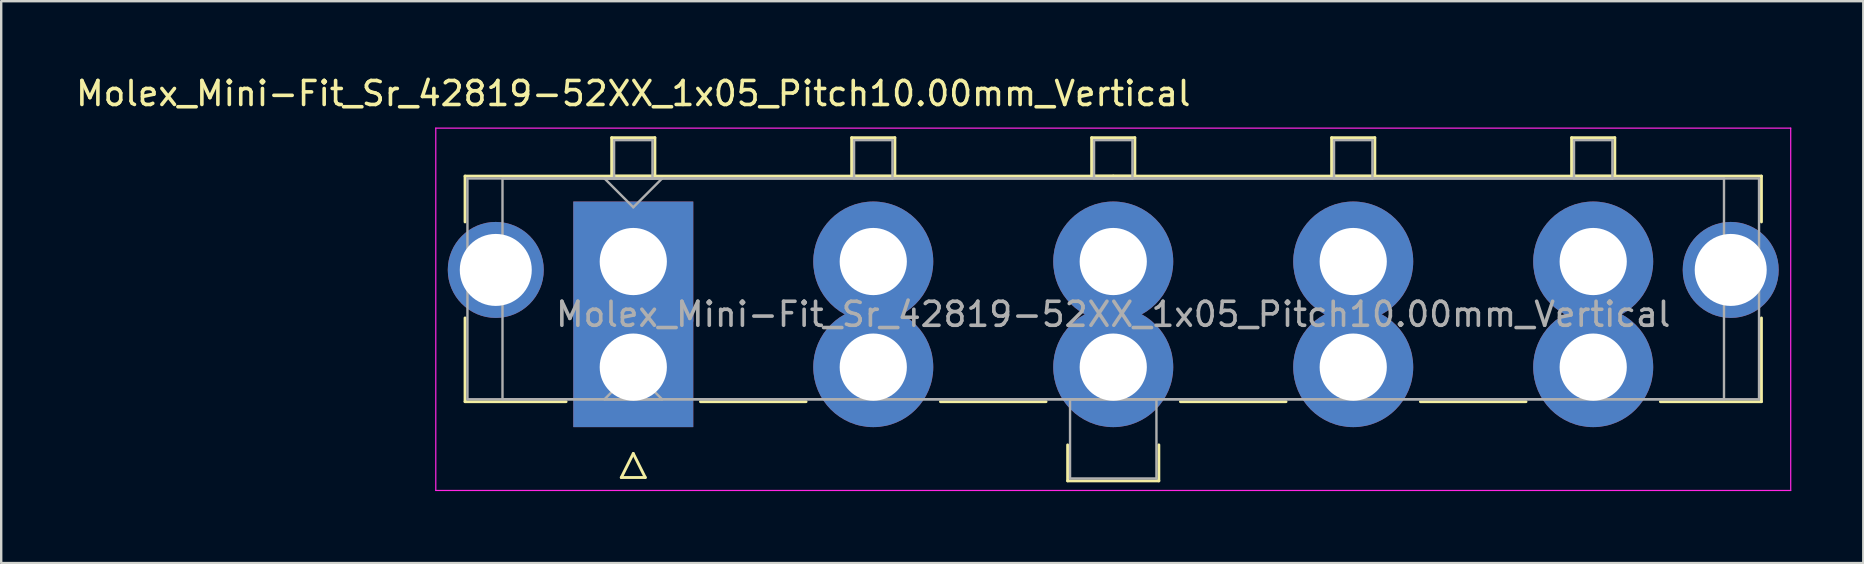
<source format=kicad_pcb>
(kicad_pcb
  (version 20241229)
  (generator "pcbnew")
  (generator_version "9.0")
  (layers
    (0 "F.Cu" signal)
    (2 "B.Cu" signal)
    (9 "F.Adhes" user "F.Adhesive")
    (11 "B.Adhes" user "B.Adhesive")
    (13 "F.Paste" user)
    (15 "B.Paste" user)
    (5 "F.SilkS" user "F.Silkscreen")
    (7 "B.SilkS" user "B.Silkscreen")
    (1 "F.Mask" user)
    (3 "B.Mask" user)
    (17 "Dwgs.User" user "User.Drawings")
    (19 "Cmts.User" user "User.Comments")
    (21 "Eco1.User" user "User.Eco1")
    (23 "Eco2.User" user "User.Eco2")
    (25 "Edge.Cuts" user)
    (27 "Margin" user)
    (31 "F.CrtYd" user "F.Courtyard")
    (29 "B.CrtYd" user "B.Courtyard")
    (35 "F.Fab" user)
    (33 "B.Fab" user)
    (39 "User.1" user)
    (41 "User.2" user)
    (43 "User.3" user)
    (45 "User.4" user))
  (footprint "Molex_Mini-Fit_Sr_42819-52XX_1x05_Pitch10.00mm_Vertical"
    (layer "F.Cu")
    (at 23.339 7.848)
    (property "Reference" "Molex_Mini-Fit_Sr_42819-52XX_1x05_Pitch10.00mm_Vertical" (at 0 -7 0) (layer "F.SilkS") (effects (font (size 1 1) (thickness 0.15))))
    (attr through_hole)
    (fp_line (start -7.01 -3.56) (end -7.01 -1.65) (stroke (width 0.12) (type solid)) (layer "F.SilkS"))
    (fp_line (start -7.01 2.35) (end -7.01 5.84) (stroke (width 0.12) (type solid)) (layer "F.SilkS"))
    (fp_line (start -7.01 5.84) (end -2.8 5.84) (stroke (width 0.12) (type solid)) (layer "F.SilkS"))
    (fp_line (start -0.9 -5.16) (end 0.9 -5.16) (stroke (width 0.12) (type solid)) (layer "F.SilkS"))
    (fp_line (start -0.9 -3.56) (end -0.9 -5.16) (stroke (width 0.12) (type solid)) (layer "F.SilkS"))
    (fp_line (start -0.5 9) (end 0 8) (stroke (width 0.12) (type solid)) (layer "F.SilkS"))
    (fp_line (start 0 8) (end 0.5 9) (stroke (width 0.12) (type solid)) (layer "F.SilkS"))
    (fp_line (start 0.5 9) (end -0.5 9) (stroke (width 0.12) (type solid)) (layer "F.SilkS"))
    (fp_line (start 0.9 -5.16) (end 0.9 -3.56) (stroke (width 0.12) (type solid)) (layer "F.SilkS"))
    (fp_line (start 0.9 -3.56) (end -0.9 -3.56) (stroke (width 0.12) (type solid)) (layer "F.SilkS"))
    (fp_line (start 2.8 5.84) (end 7.2 5.84) (stroke (width 0.12) (type solid)) (layer "F.SilkS"))
    (fp_line (start 9.1 -5.16) (end 10.9 -5.16) (stroke (width 0.12) (type solid)) (layer "F.SilkS"))
    (fp_line (start 9.1 -3.56) (end 9.1 -5.16) (stroke (width 0.12) (type solid)) (layer "F.SilkS"))
    (fp_line (start 10.9 -5.16) (end 10.9 -3.56) (stroke (width 0.12) (type solid)) (layer "F.SilkS"))
    (fp_line (start 10.9 -3.56) (end 9.1 -3.56) (stroke (width 0.12) (type solid)) (layer "F.SilkS"))
    (fp_line (start 12.8 5.84) (end 17.2 5.84) (stroke (width 0.12) (type solid)) (layer "F.SilkS"))
    (fp_line (start 18.1 7.64) (end 18.1 9.14) (stroke (width 0.12) (type solid)) (layer "F.SilkS"))
    (fp_line (start 18.1 9.14) (end 21.9 9.14) (stroke (width 0.12) (type solid)) (layer "F.SilkS"))
    (fp_line (start 19.1 -5.16) (end 20.9 -5.16) (stroke (width 0.12) (type solid)) (layer "F.SilkS"))
    (fp_line (start 19.1 -3.56) (end 19.1 -5.16) (stroke (width 0.12) (type solid)) (layer "F.SilkS"))
    (fp_line (start 20 -3.56) (end -7.01 -3.56) (stroke (width 0.12) (type solid)) (layer "F.SilkS"))
    (fp_line (start 20 -3.56) (end 47.01 -3.56) (stroke (width 0.12) (type solid)) (layer "F.SilkS"))
    (fp_line (start 20.9 -5.16) (end 20.9 -3.56) (stroke (width 0.12) (type solid)) (layer "F.SilkS"))
    (fp_line (start 20.9 -3.56) (end 19.1 -3.56) (stroke (width 0.12) (type solid)) (layer "F.SilkS"))
    (fp_line (start 21.9 9.14) (end 21.9 7.64) (stroke (width 0.12) (type solid)) (layer "F.SilkS"))
    (fp_line (start 22.8 5.84) (end 27.2 5.84) (stroke (width 0.12) (type solid)) (layer "F.SilkS"))
    (fp_line (start 29.1 -5.16) (end 30.9 -5.16) (stroke (width 0.12) (type solid)) (layer "F.SilkS"))
    (fp_line (start 29.1 -3.56) (end 29.1 -5.16) (stroke (width 0.12) (type solid)) (layer "F.SilkS"))
    (fp_line (start 30.9 -5.16) (end 30.9 -3.56) (stroke (width 0.12) (type solid)) (layer "F.SilkS"))
    (fp_line (start 30.9 -3.56) (end 29.1 -3.56) (stroke (width 0.12) (type solid)) (layer "F.SilkS"))
    (fp_line (start 32.8 5.84) (end 37.2 5.84) (stroke (width 0.12) (type solid)) (layer "F.SilkS"))
    (fp_line (start 39.1 -5.16) (end 40.9 -5.16) (stroke (width 0.12) (type solid)) (layer "F.SilkS"))
    (fp_line (start 39.1 -3.56) (end 39.1 -5.16) (stroke (width 0.12) (type solid)) (layer "F.SilkS"))
    (fp_line (start 40.9 -5.16) (end 40.9 -3.56) (stroke (width 0.12) (type solid)) (layer "F.SilkS"))
    (fp_line (start 40.9 -3.56) (end 39.1 -3.56) (stroke (width 0.12) (type solid)) (layer "F.SilkS"))
    (fp_line (start 47.01 -3.56) (end 47.01 -1.65) (stroke (width 0.12) (type solid)) (layer "F.SilkS"))
    (fp_line (start 47.01 2.35) (end 47.01 5.84) (stroke (width 0.12) (type solid)) (layer "F.SilkS"))
    (fp_line (start 47.01 5.84) (end 42.8 5.84) (stroke (width 0.12) (type solid)) (layer "F.SilkS"))
    (fp_line (start -8.23 -5.56) (end -8.23 9.54) (stroke (width 0.05) (type solid)) (layer "F.CrtYd"))
    (fp_line (start -8.23 9.54) (end 48.23 9.54) (stroke (width 0.05) (type solid)) (layer "F.CrtYd"))
    (fp_line (start 48.23 -5.56) (end -8.23 -5.56) (stroke (width 0.05) (type solid)) (layer "F.CrtYd"))
    (fp_line (start 48.23 9.54) (end 48.23 -5.56) (stroke (width 0.05) (type solid)) (layer "F.CrtYd"))
    (fp_line (start -6.91 -3.46) (end -6.91 5.74) (stroke (width 0.1) (type solid)) (layer "F.Fab"))
    (fp_line (start -6.91 5.74) (end 46.91 5.74) (stroke (width 0.1) (type solid)) (layer "F.Fab"))
    (fp_line (start -5.45 -3.46) (end -5.45 5.74) (stroke (width 0.1) (type solid)) (layer "F.Fab"))
    (fp_line (start -5.45 5.74) (end 45.45 5.74) (stroke (width 0.1) (type solid)) (layer "F.Fab"))
    (fp_line (start -1.2 -3.46) (end 0 -2.26) (stroke (width 0.1) (type solid)) (layer "F.Fab"))
    (fp_line (start -1.2 5.74) (end 0 4.54) (stroke (width 0.1) (type solid)) (layer "F.Fab"))
    (fp_line (start -0.8 -5.06) (end 0.8 -5.06) (stroke (width 0.1) (type solid)) (layer "F.Fab"))
    (fp_line (start -0.8 -3.46) (end -0.8 -5.06) (stroke (width 0.1) (type solid)) (layer "F.Fab"))
    (fp_line (start 0 -2.26) (end 1.2 -3.46) (stroke (width 0.1) (type solid)) (layer "F.Fab"))
    (fp_line (start 0 4.54) (end 1.2 5.74) (stroke (width 0.1) (type solid)) (layer "F.Fab"))
    (fp_line (start 0.8 -5.06) (end 0.8 -3.46) (stroke (width 0.1) (type solid)) (layer "F.Fab"))
    (fp_line (start 0.8 -3.46) (end -0.8 -3.46) (stroke (width 0.1) (type solid)) (layer "F.Fab"))
    (fp_line (start 1.2 -3.46) (end -1.2 -3.46) (stroke (width 0.1) (type solid)) (layer "F.Fab"))
    (fp_line (start 1.2 5.74) (end -1.2 5.74) (stroke (width 0.1) (type solid)) (layer "F.Fab"))
    (fp_line (start 9.2 -5.06) (end 10.8 -5.06) (stroke (width 0.1) (type solid)) (layer "F.Fab"))
    (fp_line (start 9.2 -3.46) (end 9.2 -5.06) (stroke (width 0.1) (type solid)) (layer "F.Fab"))
    (fp_line (start 10.8 -5.06) (end 10.8 -3.46) (stroke (width 0.1) (type solid)) (layer "F.Fab"))
    (fp_line (start 10.8 -3.46) (end 9.2 -3.46) (stroke (width 0.1) (type solid)) (layer "F.Fab"))
    (fp_line (start 18.2 5.74) (end 18.2 9.04) (stroke (width 0.1) (type solid)) (layer "F.Fab"))
    (fp_line (start 18.2 9.04) (end 21.8 9.04) (stroke (width 0.1) (type solid)) (layer "F.Fab"))
    (fp_line (start 19.2 -5.06) (end 20.8 -5.06) (stroke (width 0.1) (type solid)) (layer "F.Fab"))
    (fp_line (start 19.2 -3.46) (end 19.2 -5.06) (stroke (width 0.1) (type solid)) (layer "F.Fab"))
    (fp_line (start 20.8 -5.06) (end 20.8 -3.46) (stroke (width 0.1) (type solid)) (layer "F.Fab"))
    (fp_line (start 20.8 -3.46) (end 19.2 -3.46) (stroke (width 0.1) (type solid)) (layer "F.Fab"))
    (fp_line (start 21.8 5.74) (end 18.2 5.74) (stroke (width 0.1) (type solid)) (layer "F.Fab"))
    (fp_line (start 21.8 9.04) (end 21.8 5.74) (stroke (width 0.1) (type solid)) (layer "F.Fab"))
    (fp_line (start 29.2 -5.06) (end 30.8 -5.06) (stroke (width 0.1) (type solid)) (layer "F.Fab"))
    (fp_line (start 29.2 -3.46) (end 29.2 -5.06) (stroke (width 0.1) (type solid)) (layer "F.Fab"))
    (fp_line (start 30.8 -5.06) (end 30.8 -3.46) (stroke (width 0.1) (type solid)) (layer "F.Fab"))
    (fp_line (start 30.8 -3.46) (end 29.2 -3.46) (stroke (width 0.1) (type solid)) (layer "F.Fab"))
    (fp_line (start 39.2 -5.06) (end 40.8 -5.06) (stroke (width 0.1) (type solid)) (layer "F.Fab"))
    (fp_line (start 39.2 -3.46) (end 39.2 -5.06) (stroke (width 0.1) (type solid)) (layer "F.Fab"))
    (fp_line (start 40.8 -5.06) (end 40.8 -3.46) (stroke (width 0.1) (type solid)) (layer "F.Fab"))
    (fp_line (start 40.8 -3.46) (end 39.2 -3.46) (stroke (width 0.1) (type solid)) (layer "F.Fab"))
    (fp_line (start 45.45 -3.46) (end -5.45 -3.46) (stroke (width 0.1) (type solid)) (layer "F.Fab"))
    (fp_line (start 45.45 5.74) (end 45.45 -3.46) (stroke (width 0.1) (type solid)) (layer "F.Fab"))
    (fp_line (start 46.91 -3.46) (end -6.91 -3.46) (stroke (width 0.1) (type solid)) (layer "F.Fab"))
    (fp_line (start 46.91 5.74) (end 46.91 -3.46) (stroke (width 0.1) (type solid)) (layer "F.Fab"))
    (fp_text user "${REFERENCE}" (at 20 2.2 0) (layer "F.Fab") (effects (font (size 1 1) (thickness 0.15))))
    (pad "" thru_hole circle (at -5.73 0.35) (size 4 4) (drill 3) (layers "*.Cu" "*.Mask"))
    (pad "" thru_hole circle (at 45.73 0.35) (size 4 4) (drill 3) (layers "*.Cu" "*.Mask"))
    (pad "1" thru_hole rect (at 0 0) (size 5 5) (drill 2.8) (layers "*.Cu" "*.Mask"))
    (pad "1" thru_hole rect (at 0 4.4) (size 5 5) (drill 2.8) (layers "*.Cu" "*.Mask"))
    (pad "2" thru_hole circle (at 10 0) (size 5 5) (drill 2.8) (layers "*.Cu" "*.Mask"))
    (pad "2" thru_hole circle (at 10 4.4) (size 5 5) (drill 2.8) (layers "*.Cu" "*.Mask"))
    (pad "3" thru_hole circle (at 20 0) (size 5 5) (drill 2.8) (layers "*.Cu" "*.Mask"))
    (pad "3" thru_hole circle (at 20 4.4) (size 5 5) (drill 2.8) (layers "*.Cu" "*.Mask"))
    (pad "4" thru_hole circle (at 30 0) (size 5 5) (drill 2.8) (layers "*.Cu" "*.Mask"))
    (pad "4" thru_hole circle (at 30 4.4) (size 5 5) (drill 2.8) (layers "*.Cu" "*.Mask"))
    (pad "5" thru_hole circle (at 40 0) (size 5 5) (drill 2.8) (layers "*.Cu" "*.Mask"))
    (pad "5" thru_hole circle (at 40 4.4) (size 5 5) (drill 2.8) (layers "*.Cu" "*.Mask")))
  (gr_rect
    (start -3 -3)
    (end 74.594 20.413)
    (stroke (width 0.1) (type default))
    (fill no)
    (layer "Edge.Cuts")))
</source>
